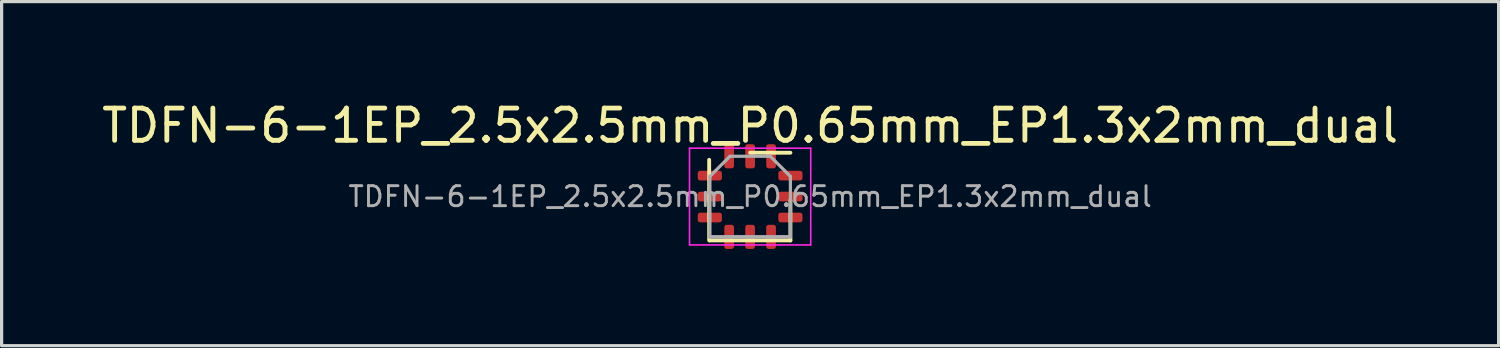
<source format=kicad_pcb>
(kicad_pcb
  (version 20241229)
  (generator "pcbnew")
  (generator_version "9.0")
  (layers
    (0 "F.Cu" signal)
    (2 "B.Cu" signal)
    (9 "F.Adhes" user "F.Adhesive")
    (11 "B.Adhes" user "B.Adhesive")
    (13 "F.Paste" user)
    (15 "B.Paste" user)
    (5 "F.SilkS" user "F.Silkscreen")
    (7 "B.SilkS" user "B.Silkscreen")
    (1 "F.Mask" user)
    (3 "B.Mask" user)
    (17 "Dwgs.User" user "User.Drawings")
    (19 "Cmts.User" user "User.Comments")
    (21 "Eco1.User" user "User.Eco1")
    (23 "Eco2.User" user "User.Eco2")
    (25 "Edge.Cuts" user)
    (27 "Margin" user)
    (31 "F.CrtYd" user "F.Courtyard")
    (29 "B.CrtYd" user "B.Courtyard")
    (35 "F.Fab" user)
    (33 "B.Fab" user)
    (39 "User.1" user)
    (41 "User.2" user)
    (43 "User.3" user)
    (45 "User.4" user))
  (footprint "TDFN-6-1EP_2.5x2.5mm_P0.65mm_EP1.3x2mm_dual"
    (layer "F.Cu")
    (at 20.22 3.048)
    (property "Reference" "TDFN-6-1EP_2.5x2.5mm_P0.65mm_EP1.3x2mm_dual" (at 0 -2.2 0) (layer "F.SilkS") (effects (font (size 1 1) (thickness 0.15))))
    (attr smd)
    (fp_line (start -1.27 1.36) (end -1.27 -1.14) (stroke (width 0.12) (type solid)) (layer "F.SilkS"))
    (fp_line (start -1.25 1.36) (end 1.25 1.36) (stroke (width 0.12) (type solid)) (layer "F.SilkS"))
    (fp_line (start 0 -1.36) (end 1.25 -1.36) (stroke (width 0.12) (type solid)) (layer "F.SilkS"))
    (fp_line (start 1.25 1.36) (end 1.25 0.11) (stroke (width 0.12) (type solid)) (layer "F.SilkS"))
    (fp_line (start -1.88 -1.5) (end -1.88 1.5) (stroke (width 0.05) (type solid)) (layer "F.CrtYd"))
    (fp_line (start -1.88 1.5) (end 1.88 1.5) (stroke (width 0.05) (type solid)) (layer "F.CrtYd"))
    (fp_line (start 1.88 -1.5) (end -1.88 -1.5) (stroke (width 0.05) (type solid)) (layer "F.CrtYd"))
    (fp_line (start 1.88 1.5) (end 1.88 -1.5) (stroke (width 0.05) (type solid)) (layer "F.CrtYd"))
    (fp_line (start -1.25 -0.625) (end -0.625 -1.25) (stroke (width 0.1) (type solid)) (layer "F.Fab"))
    (fp_line (start -1.25 1.25) (end -1.25 -0.625) (stroke (width 0.1) (type solid)) (layer "F.Fab"))
    (fp_line (start -0.625 -1.25) (end 0.625 -1.25) (stroke (width 0.1) (type solid)) (layer "F.Fab"))
    (fp_line (start 0.625 -1.25) (end 1.25 -0.625) (stroke (width 0.1) (type solid)) (layer "F.Fab"))
    (fp_line (start 1.25 -0.625) (end 1.25 1.25) (stroke (width 0.1) (type solid)) (layer "F.Fab"))
    (fp_line (start 1.25 1.25) (end -1.25 1.25) (stroke (width 0.1) (type solid)) (layer "F.Fab"))
    (fp_line (start 1.25 1.25) (end -1.25 1.25) (stroke (width 0.1) (type solid)) (layer "F.Fab"))
    (fp_text user "${REFERENCE}" (at 0 0 0) (layer "F.Fab") (effects (font (size 0.62 0.62) (thickness 0.09))))
    (pad "1" smd roundrect (at -1.25 -0.65) (size 0.75 0.3) (layers "F.Cu" "F.Mask" "F.Paste") (roundrect_rratio 0.25))
    (pad "1" smd roundrect (at 0.65 -1.25 270) (size 0.75 0.3) (layers "F.Cu" "F.Mask" "F.Paste") (roundrect_rratio 0.25))
    (pad "2" smd roundrect (at -1.25 0) (size 0.75 0.3) (layers "F.Cu" "F.Mask" "F.Paste") (roundrect_rratio 0.25))
    (pad "2" smd roundrect (at 0 -1.25 270) (size 0.75 0.3) (layers "F.Cu" "F.Mask" "F.Paste") (roundrect_rratio 0.25))
    (pad "3" smd roundrect (at -1.25 0.65) (size 0.75 0.3) (layers "F.Cu" "F.Mask" "F.Paste") (roundrect_rratio 0.25))
    (pad "3" smd roundrect (at -0.65 -1.25 270) (size 0.75 0.3) (layers "F.Cu" "F.Mask" "F.Paste") (roundrect_rratio 0.25))
    (pad "4" smd roundrect (at -0.65 1.25 270) (size 0.75 0.3) (layers "F.Cu" "F.Mask" "F.Paste") (roundrect_rratio 0.25))
    (pad "4" smd roundrect (at 1.25 0.65) (size 0.75 0.3) (layers "F.Cu" "F.Mask" "F.Paste") (roundrect_rratio 0.25))
    (pad "5" smd roundrect (at 0 1.25 270) (size 0.75 0.3) (layers "F.Cu" "F.Mask" "F.Paste") (roundrect_rratio 0.25))
    (pad "5" smd roundrect (at 1.25 0) (size 0.75 0.3) (layers "F.Cu" "F.Mask" "F.Paste") (roundrect_rratio 0.25))
    (pad "6" smd roundrect (at 0.65 1.25 270) (size 0.75 0.3) (layers "F.Cu" "F.Mask" "F.Paste") (roundrect_rratio 0.25))
    (pad "6" smd roundrect (at 1.25 -0.65) (size 0.75 0.3) (layers "F.Cu" "F.Mask" "F.Paste") (roundrect_rratio 0.25)))
  (gr_rect
    (start -3 -3)
    (end 43.44 7.673)
    (stroke (width 0.1) (type default))
    (fill no)
    (layer "Edge.Cuts")))
</source>
